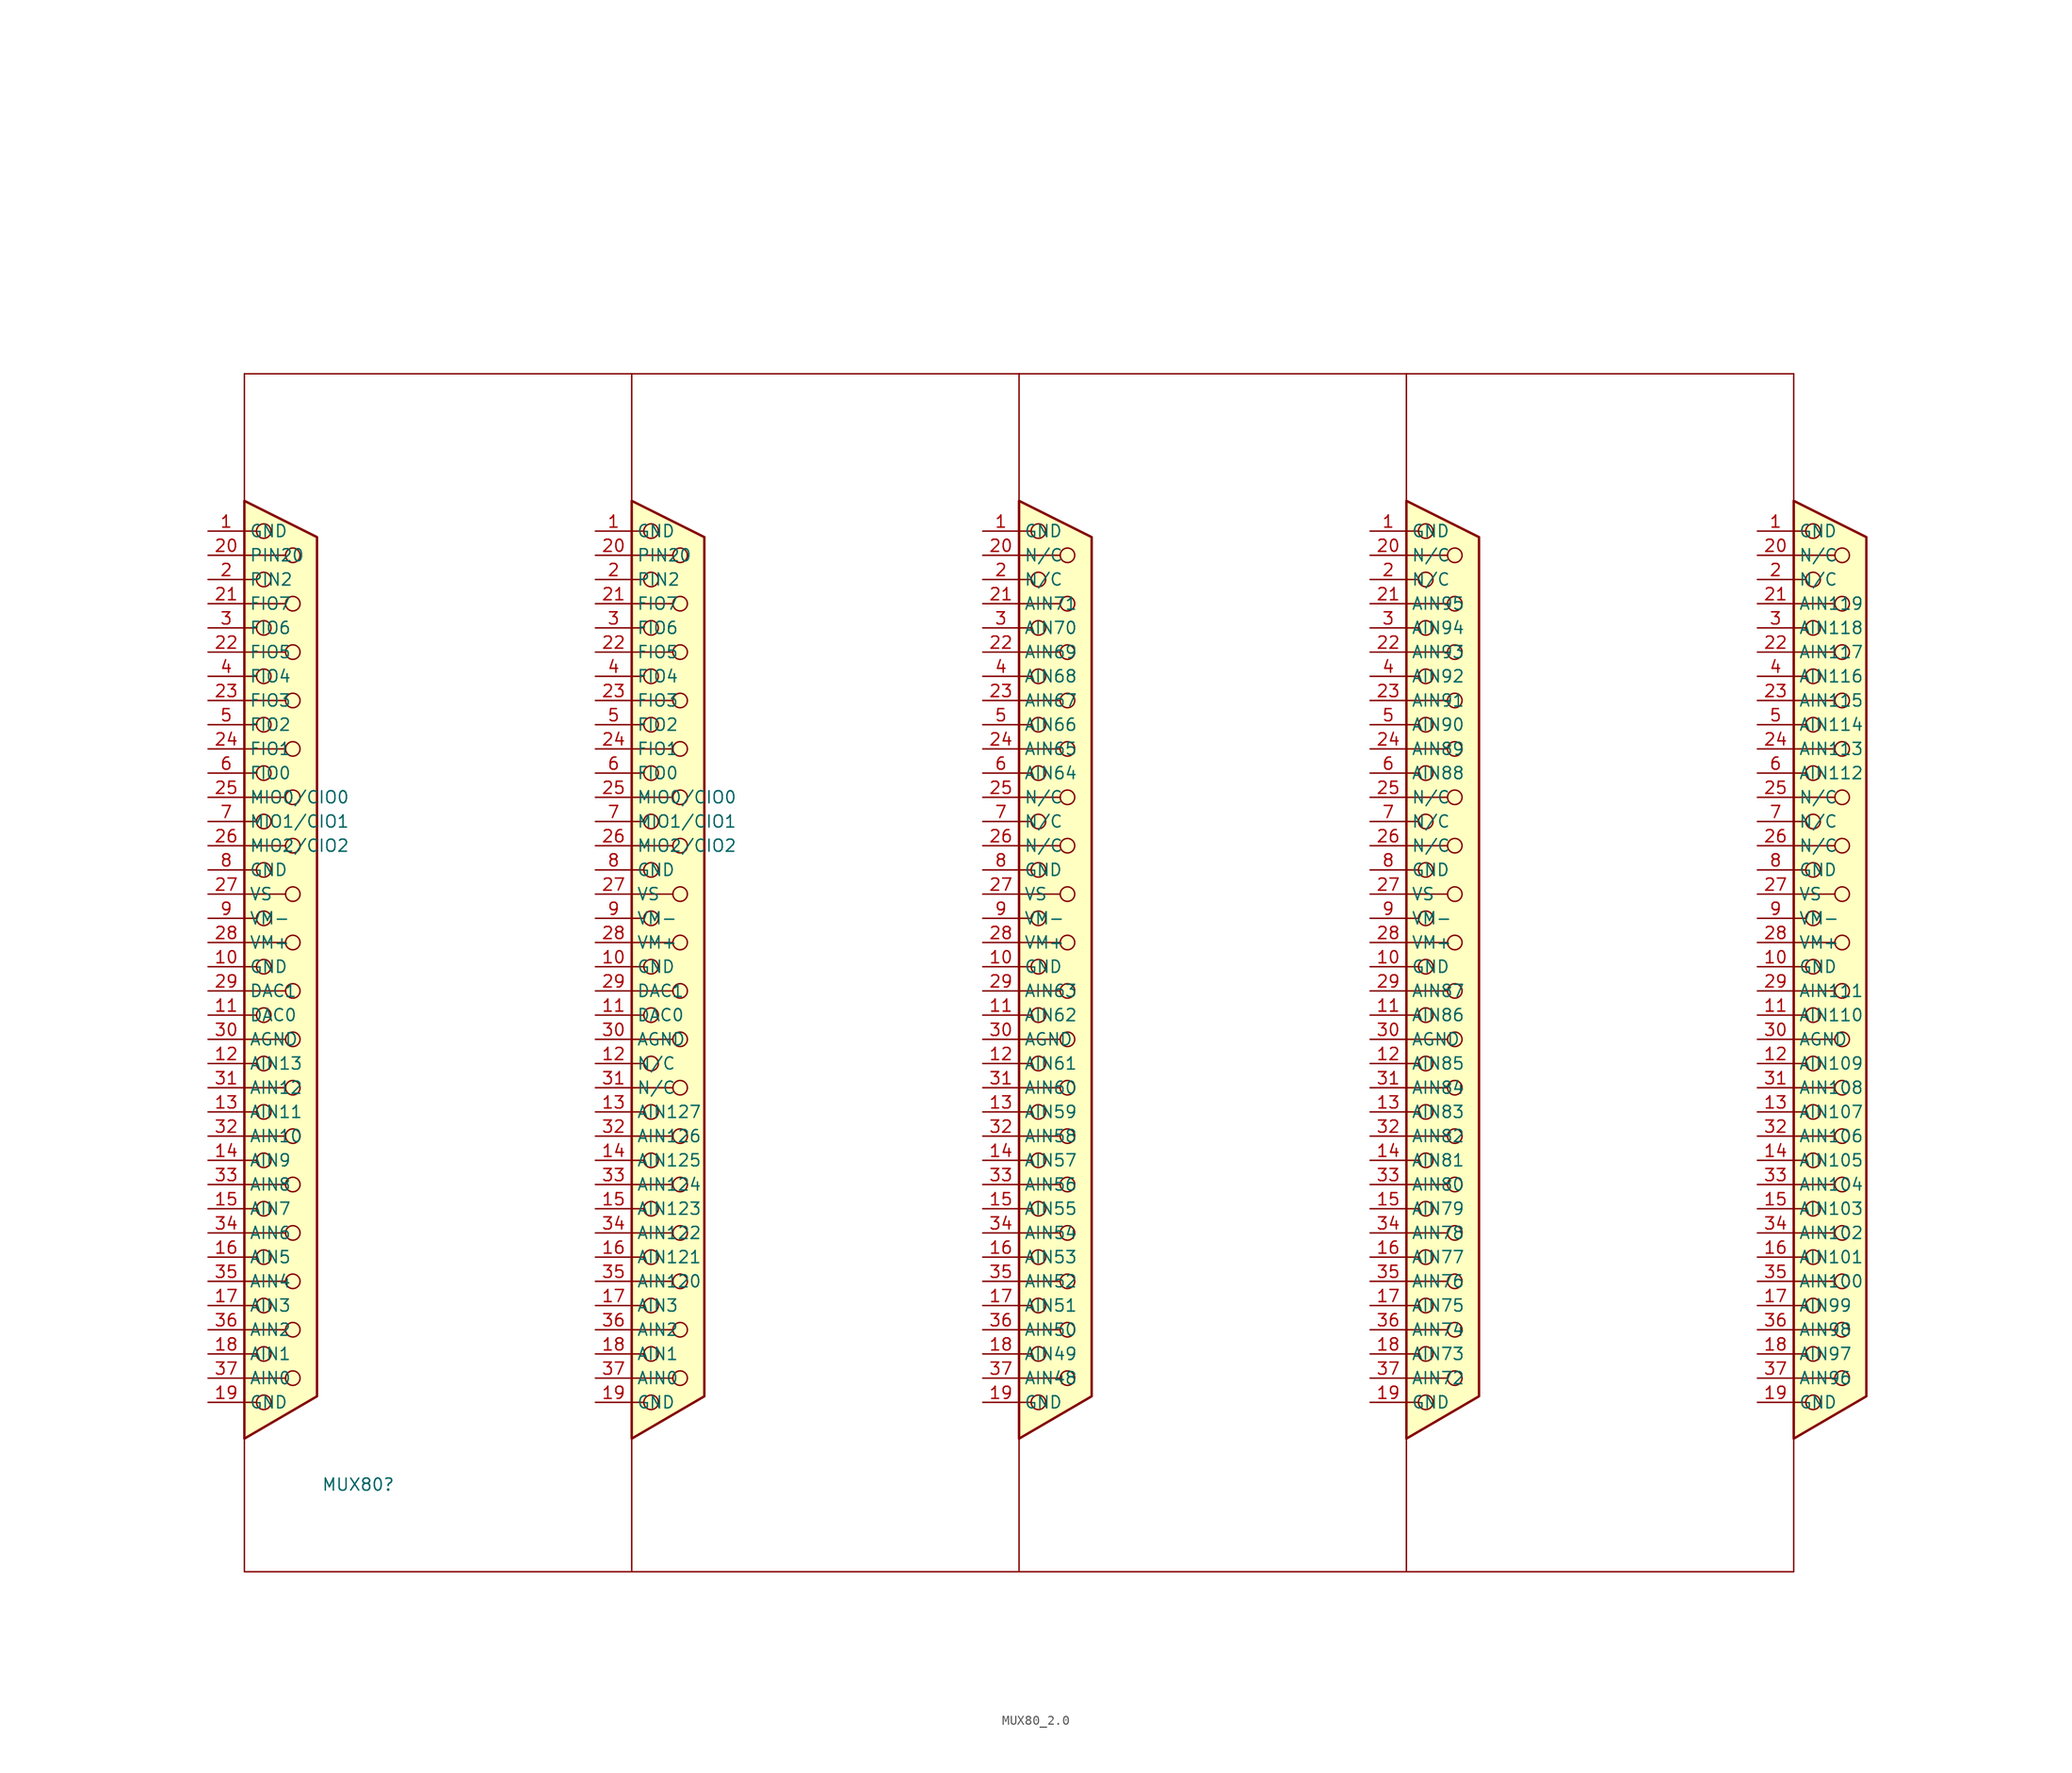
<source format=kicad_sym>
(kicad_symbol_lib
  (version 20241209)
  (generator "kicad_symbol_editor")
  (generator_version "9.0")
  (symbol "MUX80_2.0"
    (property "Reference" "MUX80"
      (at -73.152 -136.906 0)
      (effects (font (size 1.27 1.27))))
    (property "Value" ""
      (at 0 0 0)
      (effects (font (size 1.27 1.27))))
    (symbol "MUX80_2.0_0_1"
      (polyline (pts (xy -85.09 -36.83) (xy -83.82 -36.83)) (stroke (width 0) (type default)) (fill (type none)))
      (polyline (pts (xy -85.09 -39.37) (xy -80.772 -39.37)) (stroke (width 0) (type default)) (fill (type none)))
      (polyline (pts (xy -85.09 -41.91) (xy -83.82 -41.91)) (stroke (width 0) (type default)) (fill (type none)))
      (polyline (pts (xy -85.09 -44.45) (xy -80.772 -44.45)) (stroke (width 0) (type default)) (fill (type none)))
      (polyline (pts (xy -85.09 -46.99) (xy -83.82 -46.99)) (stroke (width 0) (type default)) (fill (type none)))
      (polyline (pts (xy -85.09 -49.53) (xy -80.772 -49.53)) (stroke (width 0) (type default)) (fill (type none)))
      (polyline (pts (xy -85.09 -52.07) (xy -83.82 -52.07)) (stroke (width 0) (type default)) (fill (type none)))
      (polyline (pts (xy -85.09 -54.61) (xy -80.772 -54.61)) (stroke (width 0) (type default)) (fill (type none)))
      (polyline (pts (xy -85.09 -57.15) (xy -83.82 -57.15)) (stroke (width 0) (type default)) (fill (type none)))
      (polyline (pts (xy -85.09 -59.69) (xy -80.772 -59.69)) (stroke (width 0) (type default)) (fill (type none)))
      (polyline (pts (xy -85.09 -62.23) (xy -83.82 -62.23)) (stroke (width 0) (type default)) (fill (type none)))
      (polyline (pts (xy -85.09 -64.77) (xy -80.772 -64.77)) (stroke (width 0) (type default)) (fill (type none)))
      (polyline (pts (xy -85.09 -67.31) (xy -83.82 -67.31)) (stroke (width 0) (type default)) (fill (type none)))
      (polyline (pts (xy -85.09 -69.85) (xy -80.772 -69.85)) (stroke (width 0) (type default)) (fill (type none)))
      (polyline (pts (xy -85.09 -72.39) (xy -83.82 -72.39)) (stroke (width 0) (type default)) (fill (type none)))
      (polyline (pts (xy -85.09 -74.93) (xy -80.772 -74.93)) (stroke (width 0) (type default)) (fill (type none)))
      (polyline (pts (xy -85.09 -77.47) (xy -83.82 -77.47)) (stroke (width 0) (type default)) (fill (type none)))
      (polyline (pts (xy -85.09 -80.01) (xy -80.772 -80.01)) (stroke (width 0) (type default)) (fill (type none)))
      (polyline (pts (xy -85.09 -82.55) (xy -83.82 -82.55)) (stroke (width 0) (type default)) (fill (type none)))
      (polyline (pts (xy -85.09 -85.09) (xy -80.772 -85.09)) (stroke (width 0) (type default)) (fill (type none)))
      (polyline (pts (xy -85.09 -87.63) (xy -83.82 -87.63)) (stroke (width 0) (type default)) (fill (type none)))
      (polyline (pts (xy -85.09 -90.17) (xy -80.772 -90.17)) (stroke (width 0) (type default)) (fill (type none)))
      (polyline (pts (xy -85.09 -92.71) (xy -83.82 -92.71)) (stroke (width 0) (type default)) (fill (type none)))
      (polyline (pts (xy -85.09 -95.25) (xy -80.772 -95.25)) (stroke (width 0) (type default)) (fill (type none)))
      (polyline (pts (xy -85.09 -97.79) (xy -83.82 -97.79)) (stroke (width 0) (type default)) (fill (type none)))
      (polyline (pts (xy -85.09 -100.33) (xy -80.772 -100.33)) (stroke (width 0) (type default)) (fill (type none)))
      (polyline (pts (xy -85.09 -102.87) (xy -83.82 -102.87)) (stroke (width 0) (type default)) (fill (type none)))
      (polyline (pts (xy -85.09 -105.41) (xy -80.772 -105.41)) (stroke (width 0) (type default)) (fill (type none)))
      (polyline (pts (xy -85.09 -107.95) (xy -83.82 -107.95)) (stroke (width 0) (type default)) (fill (type none)))
      (polyline (pts (xy -85.09 -110.49) (xy -80.772 -110.49)) (stroke (width 0) (type default)) (fill (type none)))
      (polyline (pts (xy -85.09 -113.03) (xy -83.82 -113.03)) (stroke (width 0) (type default)) (fill (type none)))
      (polyline (pts (xy -85.09 -115.57) (xy -80.772 -115.57)) (stroke (width 0) (type default)) (fill (type none)))
      (polyline (pts (xy -85.09 -118.11) (xy -83.82 -118.11)) (stroke (width 0) (type default)) (fill (type none)))
      (polyline (pts (xy -85.09 -120.65) (xy -80.772 -120.65)) (stroke (width 0) (type default)) (fill (type none)))
      (polyline (pts (xy -85.09 -123.19) (xy -83.82 -123.19)) (stroke (width 0) (type default)) (fill (type none)))
      (polyline (pts (xy -85.09 -125.73) (xy -80.772 -125.73)) (stroke (width 0) (type default)) (fill (type none)))
      (polyline (pts (xy -85.09 -128.27) (xy -83.82 -128.27)) (stroke (width 0) (type default)) (fill (type none)))
      (polyline (pts (xy -85.09 -132.08) (xy -77.47 -127.635) (xy -77.47 -37.465) (xy -85.09 -33.655) (xy -85.09 -132.08)) (stroke (width 0.254) (type default)) (fill (type background)))
      (circle (center -83.058 -36.83) (radius 0.762) (stroke (width 0) (type default)) (fill (type none)))
      (circle (center -83.058 -41.91) (radius 0.762) (stroke (width 0) (type default)) (fill (type none)))
      (circle (center -83.058 -46.99) (radius 0.762) (stroke (width 0) (type default)) (fill (type none)))
      (circle (center -83.058 -52.07) (radius 0.762) (stroke (width 0) (type default)) (fill (type none)))
      (circle (center -83.058 -57.15) (radius 0.762) (stroke (width 0) (type default)) (fill (type none)))
      (circle (center -83.058 -62.23) (radius 0.762) (stroke (width 0) (type default)) (fill (type none)))
      (circle (center -83.058 -67.31) (radius 0.762) (stroke (width 0) (type default)) (fill (type none)))
      (circle (center -83.058 -72.39) (radius 0.762) (stroke (width 0) (type default)) (fill (type none)))
      (circle (center -83.058 -77.47) (radius 0.762) (stroke (width 0) (type default)) (fill (type none)))
      (circle (center -83.058 -82.55) (radius 0.762) (stroke (width 0) (type default)) (fill (type none)))
      (circle (center -83.058 -87.63) (radius 0.762) (stroke (width 0) (type default)) (fill (type none)))
      (circle (center -83.058 -92.71) (radius 0.762) (stroke (width 0) (type default)) (fill (type none)))
      (circle (center -83.058 -97.79) (radius 0.762) (stroke (width 0) (type default)) (fill (type none)))
      (circle (center -83.058 -102.87) (radius 0.762) (stroke (width 0) (type default)) (fill (type none)))
      (circle (center -83.058 -107.95) (radius 0.762) (stroke (width 0) (type default)) (fill (type none)))
      (circle (center -83.058 -113.03) (radius 0.762) (stroke (width 0) (type default)) (fill (type none)))
      (circle (center -83.058 -118.11) (radius 0.762) (stroke (width 0) (type default)) (fill (type none)))
      (circle (center -83.058 -123.19) (radius 0.762) (stroke (width 0) (type default)) (fill (type none)))
      (circle (center -83.058 -128.27) (radius 0.762) (stroke (width 0) (type default)) (fill (type none)))
      (circle (center -80.01 -39.37) (radius 0.762) (stroke (width 0) (type default)) (fill (type none)))
      (circle (center -80.01 -44.45) (radius 0.762) (stroke (width 0) (type default)) (fill (type none)))
      (circle (center -80.01 -49.53) (radius 0.762) (stroke (width 0) (type default)) (fill (type none)))
      (circle (center -80.01 -54.61) (radius 0.762) (stroke (width 0) (type default)) (fill (type none)))
      (circle (center -80.01 -59.69) (radius 0.762) (stroke (width 0) (type default)) (fill (type none)))
      (circle (center -80.01 -64.77) (radius 0.762) (stroke (width 0) (type default)) (fill (type none)))
      (circle (center -80.01 -69.85) (radius 0.762) (stroke (width 0) (type default)) (fill (type none)))
      (circle (center -80.01 -74.93) (radius 0.762) (stroke (width 0) (type default)) (fill (type none)))
      (circle (center -80.01 -80.01) (radius 0.762) (stroke (width 0) (type default)) (fill (type none)))
      (circle (center -80.01 -85.09) (radius 0.762) (stroke (width 0) (type default)) (fill (type none)))
      (circle (center -80.01 -90.17) (radius 0.762) (stroke (width 0) (type default)) (fill (type none)))
      (circle (center -80.01 -95.25) (radius 0.762) (stroke (width 0) (type default)) (fill (type none)))
      (circle (center -80.01 -100.33) (radius 0.762) (stroke (width 0) (type default)) (fill (type none)))
      (circle (center -80.01 -105.41) (radius 0.762) (stroke (width 0) (type default)) (fill (type none)))
      (circle (center -80.01 -110.49) (radius 0.762) (stroke (width 0) (type default)) (fill (type none)))
      (circle (center -80.01 -115.57) (radius 0.762) (stroke (width 0) (type default)) (fill (type none)))
      (circle (center -80.01 -120.65) (radius 0.762) (stroke (width 0) (type default)) (fill (type none)))
      (circle (center -80.01 -125.73) (radius 0.762) (stroke (width 0) (type default)) (fill (type none)))
      (polyline (pts (xy -44.45 -20.32) (xy -44.45 -146.05)) (stroke (width 0) (type default)) (fill (type none)))
      (polyline (pts (xy -44.45 -36.83) (xy -43.18 -36.83)) (stroke (width 0) (type default)) (fill (type none)))
      (polyline (pts (xy -44.45 -39.37) (xy -40.132 -39.37)) (stroke (width 0) (type default)) (fill (type none)))
      (polyline (pts (xy -44.45 -41.91) (xy -43.18 -41.91)) (stroke (width 0) (type default)) (fill (type none)))
      (polyline (pts (xy -44.45 -44.45) (xy -40.132 -44.45)) (stroke (width 0) (type default)) (fill (type none)))
      (polyline (pts (xy -44.45 -46.99) (xy -43.18 -46.99)) (stroke (width 0) (type default)) (fill (type none)))
      (polyline (pts (xy -44.45 -49.53) (xy -40.132 -49.53)) (stroke (width 0) (type default)) (fill (type none)))
      (polyline (pts (xy -44.45 -52.07) (xy -43.18 -52.07)) (stroke (width 0) (type default)) (fill (type none)))
      (polyline (pts (xy -44.45 -54.61) (xy -40.132 -54.61)) (stroke (width 0) (type default)) (fill (type none)))
      (polyline (pts (xy -44.45 -57.15) (xy -43.18 -57.15)) (stroke (width 0) (type default)) (fill (type none)))
      (polyline (pts (xy -44.45 -59.69) (xy -40.132 -59.69)) (stroke (width 0) (type default)) (fill (type none)))
      (polyline (pts (xy -44.45 -62.23) (xy -43.18 -62.23)) (stroke (width 0) (type default)) (fill (type none)))
      (polyline (pts (xy -44.45 -64.77) (xy -40.132 -64.77)) (stroke (width 0) (type default)) (fill (type none)))
      (polyline (pts (xy -44.45 -67.31) (xy -43.18 -67.31)) (stroke (width 0) (type default)) (fill (type none)))
      (polyline (pts (xy -44.45 -69.85) (xy -40.132 -69.85)) (stroke (width 0) (type default)) (fill (type none)))
      (polyline (pts (xy -44.45 -72.39) (xy -43.18 -72.39)) (stroke (width 0) (type default)) (fill (type none)))
      (polyline (pts (xy -44.45 -74.93) (xy -40.132 -74.93)) (stroke (width 0) (type default)) (fill (type none)))
      (polyline (pts (xy -44.45 -77.47) (xy -43.18 -77.47)) (stroke (width 0) (type default)) (fill (type none)))
      (polyline (pts (xy -44.45 -80.01) (xy -40.132 -80.01)) (stroke (width 0) (type default)) (fill (type none)))
      (polyline (pts (xy -44.45 -82.55) (xy -43.18 -82.55)) (stroke (width 0) (type default)) (fill (type none)))
      (polyline (pts (xy -44.45 -85.09) (xy -40.132 -85.09)) (stroke (width 0) (type default)) (fill (type none)))
      (polyline (pts (xy -44.45 -87.63) (xy -43.18 -87.63)) (stroke (width 0) (type default)) (fill (type none)))
      (polyline (pts (xy -44.45 -90.17) (xy -40.132 -90.17)) (stroke (width 0) (type default)) (fill (type none)))
      (polyline (pts (xy -44.45 -92.71) (xy -43.18 -92.71)) (stroke (width 0) (type default)) (fill (type none)))
      (polyline (pts (xy -44.45 -95.25) (xy -40.132 -95.25)) (stroke (width 0) (type default)) (fill (type none)))
      (polyline (pts (xy -44.45 -97.79) (xy -43.18 -97.79)) (stroke (width 0) (type default)) (fill (type none)))
      (polyline (pts (xy -44.45 -100.33) (xy -40.132 -100.33)) (stroke (width 0) (type default)) (fill (type none)))
      (polyline (pts (xy -44.45 -102.87) (xy -43.18 -102.87)) (stroke (width 0) (type default)) (fill (type none)))
      (polyline (pts (xy -44.45 -105.41) (xy -40.132 -105.41)) (stroke (width 0) (type default)) (fill (type none)))
      (polyline (pts (xy -44.45 -107.95) (xy -43.18 -107.95)) (stroke (width 0) (type default)) (fill (type none)))
      (polyline (pts (xy -44.45 -110.49) (xy -40.132 -110.49)) (stroke (width 0) (type default)) (fill (type none)))
      (polyline (pts (xy -44.45 -113.03) (xy -43.18 -113.03)) (stroke (width 0) (type default)) (fill (type none)))
      (polyline (pts (xy -44.45 -115.57) (xy -40.132 -115.57)) (stroke (width 0) (type default)) (fill (type none)))
      (polyline (pts (xy -44.45 -118.11) (xy -43.18 -118.11)) (stroke (width 0) (type default)) (fill (type none)))
      (polyline (pts (xy -44.45 -120.65) (xy -40.132 -120.65)) (stroke (width 0) (type default)) (fill (type none)))
      (polyline (pts (xy -44.45 -123.19) (xy -43.18 -123.19)) (stroke (width 0) (type default)) (fill (type none)))
      (polyline (pts (xy -44.45 -125.73) (xy -40.132 -125.73)) (stroke (width 0) (type default)) (fill (type none)))
      (polyline (pts (xy -44.45 -128.27) (xy -43.18 -128.27)) (stroke (width 0) (type default)) (fill (type none)))
      (polyline (pts (xy -44.45 -132.08) (xy -36.83 -127.635) (xy -36.83 -37.465) (xy -44.45 -33.655) (xy -44.45 -132.08)) (stroke (width 0.254) (type default)) (fill (type background)))
      (circle (center -42.418 -36.83) (radius 0.762) (stroke (width 0) (type default)) (fill (type none)))
      (circle (center -42.418 -41.91) (radius 0.762) (stroke (width 0) (type default)) (fill (type none)))
      (circle (center -42.418 -46.99) (radius 0.762) (stroke (width 0) (type default)) (fill (type none)))
      (circle (center -42.418 -52.07) (radius 0.762) (stroke (width 0) (type default)) (fill (type none)))
      (circle (center -42.418 -57.15) (radius 0.762) (stroke (width 0) (type default)) (fill (type none)))
      (circle (center -42.418 -62.23) (radius 0.762) (stroke (width 0) (type default)) (fill (type none)))
      (circle (center -42.418 -67.31) (radius 0.762) (stroke (width 0) (type default)) (fill (type none)))
      (circle (center -42.418 -72.39) (radius 0.762) (stroke (width 0) (type default)) (fill (type none)))
      (circle (center -42.418 -77.47) (radius 0.762) (stroke (width 0) (type default)) (fill (type none)))
      (circle (center -42.418 -82.55) (radius 0.762) (stroke (width 0) (type default)) (fill (type none)))
      (circle (center -42.418 -87.63) (radius 0.762) (stroke (width 0) (type default)) (fill (type none)))
      (circle (center -42.418 -92.71) (radius 0.762) (stroke (width 0) (type default)) (fill (type none)))
      (circle (center -42.418 -97.79) (radius 0.762) (stroke (width 0) (type default)) (fill (type none)))
      (circle (center -42.418 -102.87) (radius 0.762) (stroke (width 0) (type default)) (fill (type none)))
      (circle (center -42.418 -107.95) (radius 0.762) (stroke (width 0) (type default)) (fill (type none)))
      (circle (center -42.418 -113.03) (radius 0.762) (stroke (width 0) (type default)) (fill (type none)))
      (circle (center -42.418 -118.11) (radius 0.762) (stroke (width 0) (type default)) (fill (type none)))
      (circle (center -42.418 -123.19) (radius 0.762) (stroke (width 0) (type default)) (fill (type none)))
      (circle (center -42.418 -128.27) (radius 0.762) (stroke (width 0) (type default)) (fill (type none)))
      (circle (center -39.37 -39.37) (radius 0.762) (stroke (width 0) (type default)) (fill (type none)))
      (circle (center -39.37 -44.45) (radius 0.762) (stroke (width 0) (type default)) (fill (type none)))
      (circle (center -39.37 -49.53) (radius 0.762) (stroke (width 0) (type default)) (fill (type none)))
      (circle (center -39.37 -54.61) (radius 0.762) (stroke (width 0) (type default)) (fill (type none)))
      (circle (center -39.37 -59.69) (radius 0.762) (stroke (width 0) (type default)) (fill (type none)))
      (circle (center -39.37 -64.77) (radius 0.762) (stroke (width 0) (type default)) (fill (type none)))
      (circle (center -39.37 -69.85) (radius 0.762) (stroke (width 0) (type default)) (fill (type none)))
      (circle (center -39.37 -74.93) (radius 0.762) (stroke (width 0) (type default)) (fill (type none)))
      (circle (center -39.37 -80.01) (radius 0.762) (stroke (width 0) (type default)) (fill (type none)))
      (circle (center -39.37 -85.09) (radius 0.762) (stroke (width 0) (type default)) (fill (type none)))
      (circle (center -39.37 -90.17) (radius 0.762) (stroke (width 0) (type default)) (fill (type none)))
      (circle (center -39.37 -95.25) (radius 0.762) (stroke (width 0) (type default)) (fill (type none)))
      (circle (center -39.37 -100.33) (radius 0.762) (stroke (width 0) (type default)) (fill (type none)))
      (circle (center -39.37 -105.41) (radius 0.762) (stroke (width 0) (type default)) (fill (type none)))
      (circle (center -39.37 -110.49) (radius 0.762) (stroke (width 0) (type default)) (fill (type none)))
      (circle (center -39.37 -115.57) (radius 0.762) (stroke (width 0) (type default)) (fill (type none)))
      (circle (center -39.37 -120.65) (radius 0.762) (stroke (width 0) (type default)) (fill (type none)))
      (circle (center -39.37 -125.73) (radius 0.762) (stroke (width 0) (type default)) (fill (type none)))
      (polyline (pts (xy -3.81 -20.32) (xy -3.81 -20.32)) (stroke (width 0) (type default)) (fill (type none)))
      (polyline (pts (xy -3.81 -20.32) (xy -3.81 -146.05)) (stroke (width 0) (type default)) (fill (type none)))
      (polyline (pts (xy -3.81 -36.83) (xy -2.54 -36.83)) (stroke (width 0) (type default)) (fill (type none)))
      (polyline (pts (xy -3.81 -39.37) (xy 0.508 -39.37)) (stroke (width 0) (type default)) (fill (type none)))
      (polyline (pts (xy -3.81 -41.91) (xy -2.54 -41.91)) (stroke (width 0) (type default)) (fill (type none)))
      (polyline (pts (xy -3.81 -44.45) (xy 0.508 -44.45)) (stroke (width 0) (type default)) (fill (type none)))
      (polyline (pts (xy -3.81 -46.99) (xy -2.54 -46.99)) (stroke (width 0) (type default)) (fill (type none)))
      (polyline (pts (xy -3.81 -49.53) (xy 0.508 -49.53)) (stroke (width 0) (type default)) (fill (type none)))
      (polyline (pts (xy -3.81 -52.07) (xy -2.54 -52.07)) (stroke (width 0) (type default)) (fill (type none)))
      (polyline (pts (xy -3.81 -54.61) (xy 0.508 -54.61)) (stroke (width 0) (type default)) (fill (type none)))
      (polyline (pts (xy -3.81 -57.15) (xy -2.54 -57.15)) (stroke (width 0) (type default)) (fill (type none)))
      (polyline (pts (xy -3.81 -59.69) (xy 0.508 -59.69)) (stroke (width 0) (type default)) (fill (type none)))
      (polyline (pts (xy -3.81 -62.23) (xy -2.54 -62.23)) (stroke (width 0) (type default)) (fill (type none)))
      (polyline (pts (xy -3.81 -64.77) (xy 0.508 -64.77)) (stroke (width 0) (type default)) (fill (type none)))
      (polyline (pts (xy -3.81 -67.31) (xy -2.54 -67.31)) (stroke (width 0) (type default)) (fill (type none)))
      (polyline (pts (xy -3.81 -69.85) (xy 0.508 -69.85)) (stroke (width 0) (type default)) (fill (type none)))
      (polyline (pts (xy -3.81 -72.39) (xy -2.54 -72.39)) (stroke (width 0) (type default)) (fill (type none)))
      (polyline (pts (xy -3.81 -74.93) (xy 0.508 -74.93)) (stroke (width 0) (type default)) (fill (type none)))
      (polyline (pts (xy -3.81 -77.47) (xy -2.54 -77.47)) (stroke (width 0) (type default)) (fill (type none)))
      (polyline (pts (xy -3.81 -80.01) (xy 0.508 -80.01)) (stroke (width 0) (type default)) (fill (type none)))
      (polyline (pts (xy -3.81 -82.55) (xy -2.54 -82.55)) (stroke (width 0) (type default)) (fill (type none)))
      (polyline (pts (xy -3.81 -85.09) (xy 0.508 -85.09)) (stroke (width 0) (type default)) (fill (type none)))
      (polyline (pts (xy -3.81 -87.63) (xy -2.54 -87.63)) (stroke (width 0) (type default)) (fill (type none)))
      (polyline (pts (xy -3.81 -90.17) (xy 0.508 -90.17)) (stroke (width 0) (type default)) (fill (type none)))
      (polyline (pts (xy -3.81 -92.71) (xy -2.54 -92.71)) (stroke (width 0) (type default)) (fill (type none)))
      (polyline (pts (xy -3.81 -95.25) (xy 0.508 -95.25)) (stroke (width 0) (type default)) (fill (type none)))
      (polyline (pts (xy -3.81 -97.79) (xy -2.54 -97.79)) (stroke (width 0) (type default)) (fill (type none)))
      (polyline (pts (xy -3.81 -100.33) (xy 0.508 -100.33)) (stroke (width 0) (type default)) (fill (type none)))
      (polyline (pts (xy -3.81 -102.87) (xy -2.54 -102.87)) (stroke (width 0) (type default)) (fill (type none)))
      (polyline (pts (xy -3.81 -105.41) (xy 0.508 -105.41)) (stroke (width 0) (type default)) (fill (type none)))
      (polyline (pts (xy -3.81 -107.95) (xy -2.54 -107.95)) (stroke (width 0) (type default)) (fill (type none)))
      (polyline (pts (xy -3.81 -110.49) (xy 0.508 -110.49)) (stroke (width 0) (type default)) (fill (type none)))
      (polyline (pts (xy -3.81 -113.03) (xy -2.54 -113.03)) (stroke (width 0) (type default)) (fill (type none)))
      (polyline (pts (xy -3.81 -115.57) (xy 0.508 -115.57)) (stroke (width 0) (type default)) (fill (type none)))
      (polyline (pts (xy -3.81 -118.11) (xy -2.54 -118.11)) (stroke (width 0) (type default)) (fill (type none)))
      (polyline (pts (xy -3.81 -120.65) (xy 0.508 -120.65)) (stroke (width 0) (type default)) (fill (type none)))
      (polyline (pts (xy -3.81 -123.19) (xy -2.54 -123.19)) (stroke (width 0) (type default)) (fill (type none)))
      (polyline (pts (xy -3.81 -125.73) (xy 0.508 -125.73)) (stroke (width 0) (type default)) (fill (type none)))
      (polyline (pts (xy -3.81 -128.27) (xy -2.54 -128.27)) (stroke (width 0) (type default)) (fill (type none)))
      (polyline (pts (xy -3.81 -132.08) (xy 3.81 -127.635) (xy 3.81 -37.465) (xy -3.81 -33.655) (xy -3.81 -132.08)) (stroke (width 0.254) (type default)) (fill (type background)))
      (circle (center -1.778 -36.83) (radius 0.762) (stroke (width 0) (type default)) (fill (type none)))
      (circle (center -1.778 -41.91) (radius 0.762) (stroke (width 0) (type default)) (fill (type none)))
      (circle (center -1.778 -46.99) (radius 0.762) (stroke (width 0) (type default)) (fill (type none)))
      (circle (center -1.778 -52.07) (radius 0.762) (stroke (width 0) (type default)) (fill (type none)))
      (circle (center -1.778 -57.15) (radius 0.762) (stroke (width 0) (type default)) (fill (type none)))
      (circle (center -1.778 -62.23) (radius 0.762) (stroke (width 0) (type default)) (fill (type none)))
      (circle (center -1.778 -67.31) (radius 0.762) (stroke (width 0) (type default)) (fill (type none)))
      (circle (center -1.778 -72.39) (radius 0.762) (stroke (width 0) (type default)) (fill (type none)))
      (circle (center -1.778 -77.47) (radius 0.762) (stroke (width 0) (type default)) (fill (type none)))
      (circle (center -1.778 -82.55) (radius 0.762) (stroke (width 0) (type default)) (fill (type none)))
      (circle (center -1.778 -87.63) (radius 0.762) (stroke (width 0) (type default)) (fill (type none)))
      (circle (center -1.778 -92.71) (radius 0.762) (stroke (width 0) (type default)) (fill (type none)))
      (circle (center -1.778 -97.79) (radius 0.762) (stroke (width 0) (type default)) (fill (type none)))
      (circle (center -1.778 -102.87) (radius 0.762) (stroke (width 0) (type default)) (fill (type none)))
      (circle (center -1.778 -107.95) (radius 0.762) (stroke (width 0) (type default)) (fill (type none)))
      (circle (center -1.778 -113.03) (radius 0.762) (stroke (width 0) (type default)) (fill (type none)))
      (circle (center -1.778 -118.11) (radius 0.762) (stroke (width 0) (type default)) (fill (type none)))
      (circle (center -1.778 -123.19) (radius 0.762) (stroke (width 0) (type default)) (fill (type none)))
      (circle (center -1.778 -128.27) (radius 0.762) (stroke (width 0) (type default)) (fill (type none)))
      (circle (center 1.27 -39.37) (radius 0.762) (stroke (width 0) (type default)) (fill (type none)))
      (circle (center 1.27 -44.45) (radius 0.762) (stroke (width 0) (type default)) (fill (type none)))
      (circle (center 1.27 -49.53) (radius 0.762) (stroke (width 0) (type default)) (fill (type none)))
      (circle (center 1.27 -54.61) (radius 0.762) (stroke (width 0) (type default)) (fill (type none)))
      (circle (center 1.27 -59.69) (radius 0.762) (stroke (width 0) (type default)) (fill (type none)))
      (circle (center 1.27 -64.77) (radius 0.762) (stroke (width 0) (type default)) (fill (type none)))
      (circle (center 1.27 -69.85) (radius 0.762) (stroke (width 0) (type default)) (fill (type none)))
      (circle (center 1.27 -74.93) (radius 0.762) (stroke (width 0) (type default)) (fill (type none)))
      (circle (center 1.27 -80.01) (radius 0.762) (stroke (width 0) (type default)) (fill (type none)))
      (circle (center 1.27 -85.09) (radius 0.762) (stroke (width 0) (type default)) (fill (type none)))
      (circle (center 1.27 -90.17) (radius 0.762) (stroke (width 0) (type default)) (fill (type none)))
      (circle (center 1.27 -95.25) (radius 0.762) (stroke (width 0) (type default)) (fill (type none)))
      (circle (center 1.27 -100.33) (radius 0.762) (stroke (width 0) (type default)) (fill (type none)))
      (circle (center 1.27 -105.41) (radius 0.762) (stroke (width 0) (type default)) (fill (type none)))
      (circle (center 1.27 -110.49) (radius 0.762) (stroke (width 0) (type default)) (fill (type none)))
      (circle (center 1.27 -115.57) (radius 0.762) (stroke (width 0) (type default)) (fill (type none)))
      (circle (center 1.27 -120.65) (radius 0.762) (stroke (width 0) (type default)) (fill (type none)))
      (circle (center 1.27 -125.73) (radius 0.762) (stroke (width 0) (type default)) (fill (type none)))
      (polyline (pts (xy 36.83 -20.32) (xy 36.83 -146.05)) (stroke (width 0) (type default)) (fill (type none)))
      (polyline (pts (xy 36.83 -36.83) (xy 38.1 -36.83)) (stroke (width 0) (type default)) (fill (type none)))
      (polyline (pts (xy 36.83 -39.37) (xy 41.148 -39.37)) (stroke (width 0) (type default)) (fill (type none)))
      (polyline (pts (xy 36.83 -41.91) (xy 38.1 -41.91)) (stroke (width 0) (type default)) (fill (type none)))
      (polyline (pts (xy 36.83 -44.45) (xy 41.148 -44.45)) (stroke (width 0) (type default)) (fill (type none)))
      (polyline (pts (xy 36.83 -46.99) (xy 38.1 -46.99)) (stroke (width 0) (type default)) (fill (type none)))
      (polyline (pts (xy 36.83 -49.53) (xy 41.148 -49.53)) (stroke (width 0) (type default)) (fill (type none)))
      (polyline (pts (xy 36.83 -52.07) (xy 38.1 -52.07)) (stroke (width 0) (type default)) (fill (type none)))
      (polyline (pts (xy 36.83 -54.61) (xy 41.148 -54.61)) (stroke (width 0) (type default)) (fill (type none)))
      (polyline (pts (xy 36.83 -57.15) (xy 38.1 -57.15)) (stroke (width 0) (type default)) (fill (type none)))
      (polyline (pts (xy 36.83 -59.69) (xy 41.148 -59.69)) (stroke (width 0) (type default)) (fill (type none)))
      (polyline (pts (xy 36.83 -62.23) (xy 38.1 -62.23)) (stroke (width 0) (type default)) (fill (type none)))
      (polyline (pts (xy 36.83 -64.77) (xy 41.148 -64.77)) (stroke (width 0) (type default)) (fill (type none)))
      (polyline (pts (xy 36.83 -67.31) (xy 38.1 -67.31)) (stroke (width 0) (type default)) (fill (type none)))
      (polyline (pts (xy 36.83 -69.85) (xy 41.148 -69.85)) (stroke (width 0) (type default)) (fill (type none)))
      (polyline (pts (xy 36.83 -72.39) (xy 38.1 -72.39)) (stroke (width 0) (type default)) (fill (type none)))
      (polyline (pts (xy 36.83 -74.93) (xy 41.148 -74.93)) (stroke (width 0) (type default)) (fill (type none)))
      (polyline (pts (xy 36.83 -77.47) (xy 38.1 -77.47)) (stroke (width 0) (type default)) (fill (type none)))
      (polyline (pts (xy 36.83 -80.01) (xy 41.148 -80.01)) (stroke (width 0) (type default)) (fill (type none)))
      (polyline (pts (xy 36.83 -82.55) (xy 38.1 -82.55)) (stroke (width 0) (type default)) (fill (type none)))
      (polyline (pts (xy 36.83 -85.09) (xy 41.148 -85.09)) (stroke (width 0) (type default)) (fill (type none)))
      (polyline (pts (xy 36.83 -87.63) (xy 38.1 -87.63)) (stroke (width 0) (type default)) (fill (type none)))
      (polyline (pts (xy 36.83 -90.17) (xy 41.148 -90.17)) (stroke (width 0) (type default)) (fill (type none)))
      (polyline (pts (xy 36.83 -92.71) (xy 38.1 -92.71)) (stroke (width 0) (type default)) (fill (type none)))
      (polyline (pts (xy 36.83 -95.25) (xy 41.148 -95.25)) (stroke (width 0) (type default)) (fill (type none)))
      (polyline (pts (xy 36.83 -97.79) (xy 38.1 -97.79)) (stroke (width 0) (type default)) (fill (type none)))
      (polyline (pts (xy 36.83 -100.33) (xy 41.148 -100.33)) (stroke (width 0) (type default)) (fill (type none)))
      (polyline (pts (xy 36.83 -102.87) (xy 38.1 -102.87)) (stroke (width 0) (type default)) (fill (type none)))
      (polyline (pts (xy 36.83 -105.41) (xy 41.148 -105.41)) (stroke (width 0) (type default)) (fill (type none)))
      (polyline (pts (xy 36.83 -107.95) (xy 38.1 -107.95)) (stroke (width 0) (type default)) (fill (type none)))
      (polyline (pts (xy 36.83 -110.49) (xy 41.148 -110.49)) (stroke (width 0) (type default)) (fill (type none)))
      (polyline (pts (xy 36.83 -113.03) (xy 38.1 -113.03)) (stroke (width 0) (type default)) (fill (type none)))
      (polyline (pts (xy 36.83 -115.57) (xy 41.148 -115.57)) (stroke (width 0) (type default)) (fill (type none)))
      (polyline (pts (xy 36.83 -118.11) (xy 38.1 -118.11)) (stroke (width 0) (type default)) (fill (type none)))
      (polyline (pts (xy 36.83 -120.65) (xy 41.148 -120.65)) (stroke (width 0) (type default)) (fill (type none)))
      (polyline (pts (xy 36.83 -123.19) (xy 38.1 -123.19)) (stroke (width 0) (type default)) (fill (type none)))
      (polyline (pts (xy 36.83 -125.73) (xy 41.148 -125.73)) (stroke (width 0) (type default)) (fill (type none)))
      (polyline (pts (xy 36.83 -128.27) (xy 38.1 -128.27)) (stroke (width 0) (type default)) (fill (type none)))
      (polyline (pts (xy 36.83 -132.08) (xy 44.45 -127.635) (xy 44.45 -37.465) (xy 36.83 -33.655) (xy 36.83 -132.08)) (stroke (width 0.254) (type default)) (fill (type background)))
      (circle (center 38.862 -36.83) (radius 0.762) (stroke (width 0) (type default)) (fill (type none)))
      (circle (center 38.862 -41.91) (radius 0.762) (stroke (width 0) (type default)) (fill (type none)))
      (circle (center 38.862 -46.99) (radius 0.762) (stroke (width 0) (type default)) (fill (type none)))
      (circle (center 38.862 -52.07) (radius 0.762) (stroke (width 0) (type default)) (fill (type none)))
      (circle (center 38.862 -57.15) (radius 0.762) (stroke (width 0) (type default)) (fill (type none)))
      (circle (center 38.862 -62.23) (radius 0.762) (stroke (width 0) (type default)) (fill (type none)))
      (circle (center 38.862 -67.31) (radius 0.762) (stroke (width 0) (type default)) (fill (type none)))
      (circle (center 38.862 -72.39) (radius 0.762) (stroke (width 0) (type default)) (fill (type none)))
      (circle (center 38.862 -77.47) (radius 0.762) (stroke (width 0) (type default)) (fill (type none)))
      (circle (center 38.862 -82.55) (radius 0.762) (stroke (width 0) (type default)) (fill (type none)))
      (circle (center 38.862 -87.63) (radius 0.762) (stroke (width 0) (type default)) (fill (type none)))
      (circle (center 38.862 -92.71) (radius 0.762) (stroke (width 0) (type default)) (fill (type none)))
      (circle (center 38.862 -97.79) (radius 0.762) (stroke (width 0) (type default)) (fill (type none)))
      (circle (center 38.862 -102.87) (radius 0.762) (stroke (width 0) (type default)) (fill (type none)))
      (circle (center 38.862 -107.95) (radius 0.762) (stroke (width 0) (type default)) (fill (type none)))
      (circle (center 38.862 -113.03) (radius 0.762) (stroke (width 0) (type default)) (fill (type none)))
      (circle (center 38.862 -118.11) (radius 0.762) (stroke (width 0) (type default)) (fill (type none)))
      (circle (center 38.862 -123.19) (radius 0.762) (stroke (width 0) (type default)) (fill (type none)))
      (circle (center 38.862 -128.27) (radius 0.762) (stroke (width 0) (type default)) (fill (type none)))
      (circle (center 41.91 -39.37) (radius 0.762) (stroke (width 0) (type default)) (fill (type none)))
      (circle (center 41.91 -44.45) (radius 0.762) (stroke (width 0) (type default)) (fill (type none)))
      (circle (center 41.91 -49.53) (radius 0.762) (stroke (width 0) (type default)) (fill (type none)))
      (circle (center 41.91 -54.61) (radius 0.762) (stroke (width 0) (type default)) (fill (type none)))
      (circle (center 41.91 -59.69) (radius 0.762) (stroke (width 0) (type default)) (fill (type none)))
      (circle (center 41.91 -64.77) (radius 0.762) (stroke (width 0) (type default)) (fill (type none)))
      (circle (center 41.91 -69.85) (radius 0.762) (stroke (width 0) (type default)) (fill (type none)))
      (circle (center 41.91 -74.93) (radius 0.762) (stroke (width 0) (type default)) (fill (type none)))
      (circle (center 41.91 -80.01) (radius 0.762) (stroke (width 0) (type default)) (fill (type none)))
      (circle (center 41.91 -85.09) (radius 0.762) (stroke (width 0) (type default)) (fill (type none)))
      (circle (center 41.91 -90.17) (radius 0.762) (stroke (width 0) (type default)) (fill (type none)))
      (circle (center 41.91 -95.25) (radius 0.762) (stroke (width 0) (type default)) (fill (type none)))
      (circle (center 41.91 -100.33) (radius 0.762) (stroke (width 0) (type default)) (fill (type none)))
      (circle (center 41.91 -105.41) (radius 0.762) (stroke (width 0) (type default)) (fill (type none)))
      (circle (center 41.91 -110.49) (radius 0.762) (stroke (width 0) (type default)) (fill (type none)))
      (circle (center 41.91 -115.57) (radius 0.762) (stroke (width 0) (type default)) (fill (type none)))
      (circle (center 41.91 -120.65) (radius 0.762) (stroke (width 0) (type default)) (fill (type none)))
      (circle (center 41.91 -125.73) (radius 0.762) (stroke (width 0) (type default)) (fill (type none)))
      (polyline (pts (xy 77.47 -20.32) (xy 77.47 -146.05)) (stroke (width 0) (type default)) (fill (type none)))
      (polyline (pts (xy 77.47 -36.83) (xy 78.74 -36.83)) (stroke (width 0) (type default)) (fill (type none)))
      (polyline (pts (xy 77.47 -39.37) (xy 81.788 -39.37)) (stroke (width 0) (type default)) (fill (type none)))
      (polyline (pts (xy 77.47 -41.91) (xy 78.74 -41.91)) (stroke (width 0) (type default)) (fill (type none)))
      (polyline (pts (xy 77.47 -44.45) (xy 81.788 -44.45)) (stroke (width 0) (type default)) (fill (type none)))
      (polyline (pts (xy 77.47 -46.99) (xy 78.74 -46.99)) (stroke (width 0) (type default)) (fill (type none)))
      (polyline (pts (xy 77.47 -49.53) (xy 81.788 -49.53)) (stroke (width 0) (type default)) (fill (type none)))
      (polyline (pts (xy 77.47 -52.07) (xy 78.74 -52.07)) (stroke (width 0) (type default)) (fill (type none)))
      (polyline (pts (xy 77.47 -54.61) (xy 81.788 -54.61)) (stroke (width 0) (type default)) (fill (type none)))
      (polyline (pts (xy 77.47 -57.15) (xy 78.74 -57.15)) (stroke (width 0) (type default)) (fill (type none)))
      (polyline (pts (xy 77.47 -59.69) (xy 81.788 -59.69)) (stroke (width 0) (type default)) (fill (type none)))
      (polyline (pts (xy 77.47 -62.23) (xy 78.74 -62.23)) (stroke (width 0) (type default)) (fill (type none)))
      (polyline (pts (xy 77.47 -64.77) (xy 81.788 -64.77)) (stroke (width 0) (type default)) (fill (type none)))
      (polyline (pts (xy 77.47 -67.31) (xy 78.74 -67.31)) (stroke (width 0) (type default)) (fill (type none)))
      (polyline (pts (xy 77.47 -69.85) (xy 81.788 -69.85)) (stroke (width 0) (type default)) (fill (type none)))
      (polyline (pts (xy 77.47 -72.39) (xy 78.74 -72.39)) (stroke (width 0) (type default)) (fill (type none)))
      (polyline (pts (xy 77.47 -74.93) (xy 81.788 -74.93)) (stroke (width 0) (type default)) (fill (type none)))
      (polyline (pts (xy 77.47 -77.47) (xy 78.74 -77.47)) (stroke (width 0) (type default)) (fill (type none)))
      (polyline (pts (xy 77.47 -80.01) (xy 81.788 -80.01)) (stroke (width 0) (type default)) (fill (type none)))
      (polyline (pts (xy 77.47 -82.55) (xy 78.74 -82.55)) (stroke (width 0) (type default)) (fill (type none)))
      (polyline (pts (xy 77.47 -85.09) (xy 81.788 -85.09)) (stroke (width 0) (type default)) (fill (type none)))
      (polyline (pts (xy 77.47 -87.63) (xy 78.74 -87.63)) (stroke (width 0) (type default)) (fill (type none)))
      (polyline (pts (xy 77.47 -90.17) (xy 81.788 -90.17)) (stroke (width 0) (type default)) (fill (type none)))
      (polyline (pts (xy 77.47 -92.71) (xy 78.74 -92.71)) (stroke (width 0) (type default)) (fill (type none)))
      (polyline (pts (xy 77.47 -95.25) (xy 81.788 -95.25)) (stroke (width 0) (type default)) (fill (type none)))
      (polyline (pts (xy 77.47 -97.79) (xy 78.74 -97.79)) (stroke (width 0) (type default)) (fill (type none)))
      (polyline (pts (xy 77.47 -100.33) (xy 81.788 -100.33)) (stroke (width 0) (type default)) (fill (type none)))
      (polyline (pts (xy 77.47 -102.87) (xy 78.74 -102.87)) (stroke (width 0) (type default)) (fill (type none)))
      (polyline (pts (xy 77.47 -105.41) (xy 81.788 -105.41)) (stroke (width 0) (type default)) (fill (type none)))
      (polyline (pts (xy 77.47 -107.95) (xy 78.74 -107.95)) (stroke (width 0) (type default)) (fill (type none)))
      (polyline (pts (xy 77.47 -110.49) (xy 81.788 -110.49)) (stroke (width 0) (type default)) (fill (type none)))
      (polyline (pts (xy 77.47 -113.03) (xy 78.74 -113.03)) (stroke (width 0) (type default)) (fill (type none)))
      (polyline (pts (xy 77.47 -115.57) (xy 81.788 -115.57)) (stroke (width 0) (type default)) (fill (type none)))
      (polyline (pts (xy 77.47 -118.11) (xy 78.74 -118.11)) (stroke (width 0) (type default)) (fill (type none)))
      (polyline (pts (xy 77.47 -120.65) (xy 81.788 -120.65)) (stroke (width 0) (type default)) (fill (type none)))
      (polyline (pts (xy 77.47 -123.19) (xy 78.74 -123.19)) (stroke (width 0) (type default)) (fill (type none)))
      (polyline (pts (xy 77.47 -125.73) (xy 81.788 -125.73)) (stroke (width 0) (type default)) (fill (type none)))
      (polyline (pts (xy 77.47 -128.27) (xy 78.74 -128.27)) (stroke (width 0) (type default)) (fill (type none)))
      (polyline (pts (xy 77.47 -132.08) (xy 85.09 -127.635) (xy 85.09 -37.465) (xy 77.47 -33.655) (xy 77.47 -132.08)) (stroke (width 0.254) (type default)) (fill (type background)))
      (circle (center 79.502 -36.83) (radius 0.762) (stroke (width 0) (type default)) (fill (type none)))
      (circle (center 79.502 -41.91) (radius 0.762) (stroke (width 0) (type default)) (fill (type none)))
      (circle (center 79.502 -46.99) (radius 0.762) (stroke (width 0) (type default)) (fill (type none)))
      (circle (center 79.502 -52.07) (radius 0.762) (stroke (width 0) (type default)) (fill (type none)))
      (circle (center 79.502 -57.15) (radius 0.762) (stroke (width 0) (type default)) (fill (type none)))
      (circle (center 79.502 -62.23) (radius 0.762) (stroke (width 0) (type default)) (fill (type none)))
      (circle (center 79.502 -67.31) (radius 0.762) (stroke (width 0) (type default)) (fill (type none)))
      (circle (center 79.502 -72.39) (radius 0.762) (stroke (width 0) (type default)) (fill (type none)))
      (circle (center 79.502 -77.47) (radius 0.762) (stroke (width 0) (type default)) (fill (type none)))
      (circle (center 79.502 -82.55) (radius 0.762) (stroke (width 0) (type default)) (fill (type none)))
      (circle (center 79.502 -87.63) (radius 0.762) (stroke (width 0) (type default)) (fill (type none)))
      (circle (center 79.502 -92.71) (radius 0.762) (stroke (width 0) (type default)) (fill (type none)))
      (circle (center 79.502 -97.79) (radius 0.762) (stroke (width 0) (type default)) (fill (type none)))
      (circle (center 79.502 -102.87) (radius 0.762) (stroke (width 0) (type default)) (fill (type none)))
      (circle (center 79.502 -107.95) (radius 0.762) (stroke (width 0) (type default)) (fill (type none)))
      (circle (center 79.502 -113.03) (radius 0.762) (stroke (width 0) (type default)) (fill (type none)))
      (circle (center 79.502 -118.11) (radius 0.762) (stroke (width 0) (type default)) (fill (type none)))
      (circle (center 79.502 -123.19) (radius 0.762) (stroke (width 0) (type default)) (fill (type none)))
      (circle (center 79.502 -128.27) (radius 0.762) (stroke (width 0) (type default)) (fill (type none)))
      (circle (center 82.55 -39.37) (radius 0.762) (stroke (width 0) (type default)) (fill (type none)))
      (circle (center 82.55 -44.45) (radius 0.762) (stroke (width 0) (type default)) (fill (type none)))
      (circle (center 82.55 -49.53) (radius 0.762) (stroke (width 0) (type default)) (fill (type none)))
      (circle (center 82.55 -54.61) (radius 0.762) (stroke (width 0) (type default)) (fill (type none)))
      (circle (center 82.55 -59.69) (radius 0.762) (stroke (width 0) (type default)) (fill (type none)))
      (circle (center 82.55 -64.77) (radius 0.762) (stroke (width 0) (type default)) (fill (type none)))
      (circle (center 82.55 -69.85) (radius 0.762) (stroke (width 0) (type default)) (fill (type none)))
      (circle (center 82.55 -74.93) (radius 0.762) (stroke (width 0) (type default)) (fill (type none)))
      (circle (center 82.55 -80.01) (radius 0.762) (stroke (width 0) (type default)) (fill (type none)))
      (circle (center 82.55 -85.09) (radius 0.762) (stroke (width 0) (type default)) (fill (type none)))
      (circle (center 82.55 -90.17) (radius 0.762) (stroke (width 0) (type default)) (fill (type none)))
      (circle (center 82.55 -95.25) (radius 0.762) (stroke (width 0) (type default)) (fill (type none)))
      (circle (center 82.55 -100.33) (radius 0.762) (stroke (width 0) (type default)) (fill (type none)))
      (circle (center 82.55 -105.41) (radius 0.762) (stroke (width 0) (type default)) (fill (type none)))
      (circle (center 82.55 -110.49) (radius 0.762) (stroke (width 0) (type default)) (fill (type none)))
      (circle (center 82.55 -115.57) (radius 0.762) (stroke (width 0) (type default)) (fill (type none)))
      (circle (center 82.55 -120.65) (radius 0.762) (stroke (width 0) (type default)) (fill (type none)))
      (circle (center 82.55 -125.73) (radius 0.762) (stroke (width 0) (type default)) (fill (type none))))
    (symbol "MUX80_2.0_1_1"
      (polyline (pts (xy -85.09 -20.32) (xy -85.09 -146.05)) (stroke (width 0) (type solid)) (fill (type none)))
      (polyline (pts (xy -85.09 -20.32) (xy 77.47 -20.32)) (stroke (width 0) (type default)) (fill (type none)))
      (polyline (pts (xy -85.09 -146.05) (xy 77.47 -146.05)) (stroke (width 0) (type default)) (fill (type none)))
      (pin passive line (at -88.9 -36.83 0) (length 3.81) (name "GND" (effects (font (size 1.27 1.27)))) (number "1" (effects (font (size 1.27 1.27)))))
      (pin passive line (at -88.9 -39.37 0) (length 3.81) (name "PIN20" (effects (font (size 1.27 1.27)))) (number "20" (effects (font (size 1.27 1.27)))))
      (pin passive line (at -88.9 -41.91 0) (length 3.81) (name "PIN2" (effects (font (size 1.27 1.27)))) (number "2" (effects (font (size 1.27 1.27)))))
      (pin passive line (at -88.9 -44.45 0) (length 3.81) (name "FIO7" (effects (font (size 1.27 1.27)))) (number "21" (effects (font (size 1.27 1.27)))))
      (pin passive line (at -88.9 -46.99 0) (length 3.81) (name "FIO6" (effects (font (size 1.27 1.27)))) (number "3" (effects (font (size 1.27 1.27)))))
      (pin passive line (at -88.9 -49.53 0) (length 3.81) (name "FIO5" (effects (font (size 1.27 1.27)))) (number "22" (effects (font (size 1.27 1.27)))))
      (pin passive line (at -88.9 -52.07 0) (length 3.81) (name "FIO4" (effects (font (size 1.27 1.27)))) (number "4" (effects (font (size 1.27 1.27)))))
      (pin passive line (at -88.9 -54.61 0) (length 3.81) (name "FIO3" (effects (font (size 1.27 1.27)))) (number "23" (effects (font (size 1.27 1.27)))))
      (pin passive line (at -88.9 -57.15 0) (length 3.81) (name "FIO2" (effects (font (size 1.27 1.27)))) (number "5" (effects (font (size 1.27 1.27)))))
      (pin passive line (at -88.9 -59.69 0) (length 3.81) (name "FIO1" (effects (font (size 1.27 1.27)))) (number "24" (effects (font (size 1.27 1.27)))))
      (pin passive line (at -88.9 -62.23 0) (length 3.81) (name "FIO0" (effects (font (size 1.27 1.27)))) (number "6" (effects (font (size 1.27 1.27)))))
      (pin passive line (at -88.9 -64.77 0) (length 3.81) (name "MIO0/CIO0" (effects (font (size 1.27 1.27)))) (number "25" (effects (font (size 1.27 1.27)))))
      (pin passive line (at -88.9 -67.31 0) (length 3.81) (name "MIO1/CIO1" (effects (font (size 1.27 1.27)))) (number "7" (effects (font (size 1.27 1.27)))))
      (pin passive line (at -88.9 -69.85 0) (length 3.81) (name "MIO2/CIO2" (effects (font (size 1.27 1.27)))) (number "26" (effects (font (size 1.27 1.27)))))
      (pin passive line (at -88.9 -72.39 0) (length 3.81) (name "GND" (effects (font (size 1.27 1.27)))) (number "8" (effects (font (size 1.27 1.27)))))
      (pin passive line (at -88.9 -74.93 0) (length 3.81) (name "VS" (effects (font (size 1.27 1.27)))) (number "27" (effects (font (size 1.27 1.27)))))
      (pin passive line (at -88.9 -77.47 0) (length 3.81) (name "VM-" (effects (font (size 1.27 1.27)))) (number "9" (effects (font (size 1.27 1.27)))))
      (pin passive line (at -88.9 -80.01 0) (length 3.81) (name "VM+" (effects (font (size 1.27 1.27)))) (number "28" (effects (font (size 1.27 1.27)))))
      (pin passive line (at -88.9 -82.55 0) (length 3.81) (name "GND" (effects (font (size 1.27 1.27)))) (number "10" (effects (font (size 1.27 1.27)))))
      (pin passive line (at -88.9 -85.09 0) (length 3.81) (name "DAC1" (effects (font (size 1.27 1.27)))) (number "29" (effects (font (size 1.27 1.27)))))
      (pin passive line (at -88.9 -87.63 0) (length 3.81) (name "DAC0" (effects (font (size 1.27 1.27)))) (number "11" (effects (font (size 1.27 1.27)))))
      (pin passive line (at -88.9 -90.17 0) (length 3.81) (name "AGND" (effects (font (size 1.27 1.27)))) (number "30" (effects (font (size 1.27 1.27)))))
      (pin passive line (at -88.9 -92.71 0) (length 3.81) (name "AIN13" (effects (font (size 1.27 1.27)))) (number "12" (effects (font (size 1.27 1.27)))))
      (pin passive line (at -88.9 -95.25 0) (length 3.81) (name "AIN12" (effects (font (size 1.27 1.27)))) (number "31" (effects (font (size 1.27 1.27)))))
      (pin passive line (at -88.9 -97.79 0) (length 3.81) (name "AIN11" (effects (font (size 1.27 1.27)))) (number "13" (effects (font (size 1.27 1.27)))))
      (pin passive line (at -88.9 -100.33 0) (length 3.81) (name "AIN10" (effects (font (size 1.27 1.27)))) (number "32" (effects (font (size 1.27 1.27)))))
      (pin passive line (at -88.9 -102.87 0) (length 3.81) (name "AIN9" (effects (font (size 1.27 1.27)))) (number "14" (effects (font (size 1.27 1.27)))))
      (pin passive line (at -88.9 -105.41 0) (length 3.81) (name "AIN8" (effects (font (size 1.27 1.27)))) (number "33" (effects (font (size 1.27 1.27)))))
      (pin passive line (at -88.9 -107.95 0) (length 3.81) (name "AIN7" (effects (font (size 1.27 1.27)))) (number "15" (effects (font (size 1.27 1.27)))))
      (pin passive line (at -88.9 -110.49 0) (length 3.81) (name "AIN6" (effects (font (size 1.27 1.27)))) (number "34" (effects (font (size 1.27 1.27)))))
      (pin passive line (at -88.9 -113.03 0) (length 3.81) (name "AIN5" (effects (font (size 1.27 1.27)))) (number "16" (effects (font (size 1.27 1.27)))))
      (pin passive line (at -88.9 -115.57 0) (length 3.81) (name "AIN4" (effects (font (size 1.27 1.27)))) (number "35" (effects (font (size 1.27 1.27)))))
      (pin passive line (at -88.9 -118.11 0) (length 3.81) (name "AIN3" (effects (font (size 1.27 1.27)))) (number "17" (effects (font (size 1.27 1.27)))))
      (pin passive line (at -88.9 -120.65 0) (length 3.81) (name "AIN2" (effects (font (size 1.27 1.27)))) (number "36" (effects (font (size 1.27 1.27)))))
      (pin passive line (at -88.9 -123.19 0) (length 3.81) (name "AIN1" (effects (font (size 1.27 1.27)))) (number "18" (effects (font (size 1.27 1.27)))))
      (pin passive line (at -88.9 -125.73 0) (length 3.81) (name "AIN0" (effects (font (size 1.27 1.27)))) (number "37" (effects (font (size 1.27 1.27)))))
      (pin passive line (at -88.9 -128.27 0) (length 3.81) (name "GND" (effects (font (size 1.27 1.27)))) (number "19" (effects (font (size 1.27 1.27)))))
      (pin passive line (at -48.26 -36.83 0) (length 3.81) (name "GND" (effects (font (size 1.27 1.27)))) (number "1" (effects (font (size 1.27 1.27)))))
      (pin passive line (at -48.26 -39.37 0) (length 3.81) (name "PIN20" (effects (font (size 1.27 1.27)))) (number "20" (effects (font (size 1.27 1.27)))))
      (pin passive line (at -48.26 -41.91 0) (length 3.81) (name "PIN2" (effects (font (size 1.27 1.27)))) (number "2" (effects (font (size 1.27 1.27)))))
      (pin passive line (at -48.26 -44.45 0) (length 3.81) (name "FIO7" (effects (font (size 1.27 1.27)))) (number "21" (effects (font (size 1.27 1.27)))))
      (pin passive line (at -48.26 -46.99 0) (length 3.81) (name "FIO6" (effects (font (size 1.27 1.27)))) (number "3" (effects (font (size 1.27 1.27)))))
      (pin passive line (at -48.26 -49.53 0) (length 3.81) (name "FIO5" (effects (font (size 1.27 1.27)))) (number "22" (effects (font (size 1.27 1.27)))))
      (pin passive line (at -48.26 -52.07 0) (length 3.81) (name "FIO4" (effects (font (size 1.27 1.27)))) (number "4" (effects (font (size 1.27 1.27)))))
      (pin passive line (at -48.26 -54.61 0) (length 3.81) (name "FIO3" (effects (font (size 1.27 1.27)))) (number "23" (effects (font (size 1.27 1.27)))))
      (pin passive line (at -48.26 -57.15 0) (length 3.81) (name "FIO2" (effects (font (size 1.27 1.27)))) (number "5" (effects (font (size 1.27 1.27)))))
      (pin passive line (at -48.26 -59.69 0) (length 3.81) (name "FIO1" (effects (font (size 1.27 1.27)))) (number "24" (effects (font (size 1.27 1.27)))))
      (pin passive line (at -48.26 -62.23 0) (length 3.81) (name "FIO0" (effects (font (size 1.27 1.27)))) (number "6" (effects (font (size 1.27 1.27)))))
      (pin passive line (at -48.26 -64.77 0) (length 3.81) (name "MIO0/CIO0" (effects (font (size 1.27 1.27)))) (number "25" (effects (font (size 1.27 1.27)))))
      (pin passive line (at -48.26 -67.31 0) (length 3.81) (name "MIO1/CIO1" (effects (font (size 1.27 1.27)))) (number "7" (effects (font (size 1.27 1.27)))))
      (pin passive line (at -48.26 -69.85 0) (length 3.81) (name "MIO2/CIO2" (effects (font (size 1.27 1.27)))) (number "26" (effects (font (size 1.27 1.27)))))
      (pin passive line (at -48.26 -72.39 0) (length 3.81) (name "GND" (effects (font (size 1.27 1.27)))) (number "8" (effects (font (size 1.27 1.27)))))
      (pin passive line (at -48.26 -74.93 0) (length 3.81) (name "VS" (effects (font (size 1.27 1.27)))) (number "27" (effects (font (size 1.27 1.27)))))
      (pin passive line (at -48.26 -77.47 0) (length 3.81) (name "VM-" (effects (font (size 1.27 1.27)))) (number "9" (effects (font (size 1.27 1.27)))))
      (pin passive line (at -48.26 -80.01 0) (length 3.81) (name "VM+" (effects (font (size 1.27 1.27)))) (number "28" (effects (font (size 1.27 1.27)))))
      (pin passive line (at -48.26 -82.55 0) (length 3.81) (name "GND" (effects (font (size 1.27 1.27)))) (number "10" (effects (font (size 1.27 1.27)))))
      (pin passive line (at -48.26 -85.09 0) (length 3.81) (name "DAC1" (effects (font (size 1.27 1.27)))) (number "29" (effects (font (size 1.27 1.27)))))
      (pin passive line (at -48.26 -87.63 0) (length 3.81) (name "DAC0" (effects (font (size 1.27 1.27)))) (number "11" (effects (font (size 1.27 1.27)))))
      (pin passive line (at -48.26 -90.17 0) (length 3.81) (name "AGND" (effects (font (size 1.27 1.27)))) (number "30" (effects (font (size 1.27 1.27)))))
      (pin passive line (at -48.26 -92.71 0) (length 3.81) (name "N/C" (effects (font (size 1.27 1.27)))) (number "12" (effects (font (size 1.27 1.27)))))
      (pin passive line (at -48.26 -95.25 0) (length 3.81) (name "N/C" (effects (font (size 1.27 1.27)))) (number "31" (effects (font (size 1.27 1.27)))))
      (pin passive line (at -48.26 -97.79 0) (length 3.81) (name "AIN127" (effects (font (size 1.27 1.27)))) (number "13" (effects (font (size 1.27 1.27)))))
      (pin passive line (at -48.26 -100.33 0) (length 3.81) (name "AIN126" (effects (font (size 1.27 1.27)))) (number "32" (effects (font (size 1.27 1.27)))))
      (pin passive line (at -48.26 -102.87 0) (length 3.81) (name "AIN125" (effects (font (size 1.27 1.27)))) (number "14" (effects (font (size 1.27 1.27)))))
      (pin passive line (at -48.26 -105.41 0) (length 3.81) (name "AIN124" (effects (font (size 1.27 1.27)))) (number "33" (effects (font (size 1.27 1.27)))))
      (pin passive line (at -48.26 -107.95 0) (length 3.81) (name "AIN123" (effects (font (size 1.27 1.27)))) (number "15" (effects (font (size 1.27 1.27)))))
      (pin passive line (at -48.26 -110.49 0) (length 3.81) (name "AIN122" (effects (font (size 1.27 1.27)))) (number "34" (effects (font (size 1.27 1.27)))))
      (pin passive line (at -48.26 -113.03 0) (length 3.81) (name "AIN121" (effects (font (size 1.27 1.27)))) (number "16" (effects (font (size 1.27 1.27)))))
      (pin passive line (at -48.26 -115.57 0) (length 3.81) (name "AIN120" (effects (font (size 1.27 1.27)))) (number "35" (effects (font (size 1.27 1.27)))))
      (pin passive line (at -48.26 -118.11 0) (length 3.81) (name "AIN3" (effects (font (size 1.27 1.27)))) (number "17" (effects (font (size 1.27 1.27)))))
      (pin passive line (at -48.26 -120.65 0) (length 3.81) (name "AIN2" (effects (font (size 1.27 1.27)))) (number "36" (effects (font (size 1.27 1.27)))))
      (pin passive line (at -48.26 -123.19 0) (length 3.81) (name "AIN1" (effects (font (size 1.27 1.27)))) (number "18" (effects (font (size 1.27 1.27)))))
      (pin passive line (at -48.26 -125.73 0) (length 3.81) (name "AIN0" (effects (font (size 1.27 1.27)))) (number "37" (effects (font (size 1.27 1.27)))))
      (pin passive line (at -48.26 -128.27 0) (length 3.81) (name "GND" (effects (font (size 1.27 1.27)))) (number "19" (effects (font (size 1.27 1.27)))))
      (pin passive line (at -7.62 -36.83 0) (length 3.81) (name "GND" (effects (font (size 1.27 1.27)))) (number "1" (effects (font (size 1.27 1.27)))))
      (pin passive line (at -7.62 -39.37 0) (length 3.81) (name "N/C" (effects (font (size 1.27 1.27)))) (number "20" (effects (font (size 1.27 1.27)))))
      (pin passive line (at -7.62 -41.91 0) (length 3.81) (name "N/C" (effects (font (size 1.27 1.27)))) (number "2" (effects (font (size 1.27 1.27)))))
      (pin passive line (at -7.62 -44.45 0) (length 3.81) (name "AIN71" (effects (font (size 1.27 1.27)))) (number "21" (effects (font (size 1.27 1.27)))))
      (pin passive line (at -7.62 -46.99 0) (length 3.81) (name "AIN70" (effects (font (size 1.27 1.27)))) (number "3" (effects (font (size 1.27 1.27)))))
      (pin passive line (at -7.62 -49.53 0) (length 3.81) (name "AIN69" (effects (font (size 1.27 1.27)))) (number "22" (effects (font (size 1.27 1.27)))))
      (pin passive line (at -7.62 -52.07 0) (length 3.81) (name "AIN68" (effects (font (size 1.27 1.27)))) (number "4" (effects (font (size 1.27 1.27)))))
      (pin passive line (at -7.62 -54.61 0) (length 3.81) (name "AIN67" (effects (font (size 1.27 1.27)))) (number "23" (effects (font (size 1.27 1.27)))))
      (pin passive line (at -7.62 -57.15 0) (length 3.81) (name "AIN66" (effects (font (size 1.27 1.27)))) (number "5" (effects (font (size 1.27 1.27)))))
      (pin passive line (at -7.62 -59.69 0) (length 3.81) (name "AIN65" (effects (font (size 1.27 1.27)))) (number "24" (effects (font (size 1.27 1.27)))))
      (pin passive line (at -7.62 -62.23 0) (length 3.81) (name "AIN64" (effects (font (size 1.27 1.27)))) (number "6" (effects (font (size 1.27 1.27)))))
      (pin passive line (at -7.62 -64.77 0) (length 3.81) (name "N/C" (effects (font (size 1.27 1.27)))) (number "25" (effects (font (size 1.27 1.27)))))
      (pin passive line (at -7.62 -67.31 0) (length 3.81) (name "N/C" (effects (font (size 1.27 1.27)))) (number "7" (effects (font (size 1.27 1.27)))))
      (pin passive line (at -7.62 -69.85 0) (length 3.81) (name "N/C" (effects (font (size 1.27 1.27)))) (number "26" (effects (font (size 1.27 1.27)))))
      (pin passive line (at -7.62 -72.39 0) (length 3.81) (name "GND" (effects (font (size 1.27 1.27)))) (number "8" (effects (font (size 1.27 1.27)))))
      (pin passive line (at -7.62 -74.93 0) (length 3.81) (name "VS" (effects (font (size 1.27 1.27)))) (number "27" (effects (font (size 1.27 1.27)))))
      (pin passive line (at -7.62 -77.47 0) (length 3.81) (name "VM-" (effects (font (size 1.27 1.27)))) (number "9" (effects (font (size 1.27 1.27)))))
      (pin passive line (at -7.62 -80.01 0) (length 3.81) (name "VM+" (effects (font (size 1.27 1.27)))) (number "28" (effects (font (size 1.27 1.27)))))
      (pin passive line (at -7.62 -82.55 0) (length 3.81) (name "GND" (effects (font (size 1.27 1.27)))) (number "10" (effects (font (size 1.27 1.27)))))
      (pin passive line (at -7.62 -85.09 0) (length 3.81) (name "AIN63" (effects (font (size 1.27 1.27)))) (number "29" (effects (font (size 1.27 1.27)))))
      (pin passive line (at -7.62 -87.63 0) (length 3.81) (name "AIN62" (effects (font (size 1.27 1.27)))) (number "11" (effects (font (size 1.27 1.27)))))
      (pin passive line (at -7.62 -90.17 0) (length 3.81) (name "AGND" (effects (font (size 1.27 1.27)))) (number "30" (effects (font (size 1.27 1.27)))))
      (pin passive line (at -7.62 -92.71 0) (length 3.81) (name "AIN61" (effects (font (size 1.27 1.27)))) (number "12" (effects (font (size 1.27 1.27)))))
      (pin passive line (at -7.62 -95.25 0) (length 3.81) (name "AIN60" (effects (font (size 1.27 1.27)))) (number "31" (effects (font (size 1.27 1.27)))))
      (pin passive line (at -7.62 -97.79 0) (length 3.81) (name "AIN59" (effects (font (size 1.27 1.27)))) (number "13" (effects (font (size 1.27 1.27)))))
      (pin passive line (at -7.62 -100.33 0) (length 3.81) (name "AIN58" (effects (font (size 1.27 1.27)))) (number "32" (effects (font (size 1.27 1.27)))))
      (pin passive line (at -7.62 -102.87 0) (length 3.81) (name "AIN57" (effects (font (size 1.27 1.27)))) (number "14" (effects (font (size 1.27 1.27)))))
      (pin passive line (at -7.62 -105.41 0) (length 3.81) (name "AIN56" (effects (font (size 1.27 1.27)))) (number "33" (effects (font (size 1.27 1.27)))))
      (pin passive line (at -7.62 -107.95 0) (length 3.81) (name "AIN55" (effects (font (size 1.27 1.27)))) (number "15" (effects (font (size 1.27 1.27)))))
      (pin passive line (at -7.62 -110.49 0) (length 3.81) (name "AIN54" (effects (font (size 1.27 1.27)))) (number "34" (effects (font (size 1.27 1.27)))))
      (pin passive line (at -7.62 -113.03 0) (length 3.81) (name "AIN53" (effects (font (size 1.27 1.27)))) (number "16" (effects (font (size 1.27 1.27)))))
      (pin passive line (at -7.62 -115.57 0) (length 3.81) (name "AIN52" (effects (font (size 1.27 1.27)))) (number "35" (effects (font (size 1.27 1.27)))))
      (pin passive line (at -7.62 -118.11 0) (length 3.81) (name "AIN51" (effects (font (size 1.27 1.27)))) (number "17" (effects (font (size 1.27 1.27)))))
      (pin passive line (at -7.62 -120.65 0) (length 3.81) (name "AIN50" (effects (font (size 1.27 1.27)))) (number "36" (effects (font (size 1.27 1.27)))))
      (pin passive line (at -7.62 -123.19 0) (length 3.81) (name "AIN49" (effects (font (size 1.27 1.27)))) (number "18" (effects (font (size 1.27 1.27)))))
      (pin passive line (at -7.62 -125.73 0) (length 3.81) (name "AIN48" (effects (font (size 1.27 1.27)))) (number "37" (effects (font (size 1.27 1.27)))))
      (pin passive line (at -7.62 -128.27 0) (length 3.81) (name "GND" (effects (font (size 1.27 1.27)))) (number "19" (effects (font (size 1.27 1.27)))))
      (pin passive line (at 33.02 -36.83 0) (length 3.81) (name "GND" (effects (font (size 1.27 1.27)))) (number "1" (effects (font (size 1.27 1.27)))))
      (pin passive line (at 33.02 -39.37 0) (length 3.81) (name "N/C" (effects (font (size 1.27 1.27)))) (number "20" (effects (font (size 1.27 1.27)))))
      (pin passive line (at 33.02 -41.91 0) (length 3.81) (name "N/C" (effects (font (size 1.27 1.27)))) (number "2" (effects (font (size 1.27 1.27)))))
      (pin passive line (at 33.02 -44.45 0) (length 3.81) (name "AIN95" (effects (font (size 1.27 1.27)))) (number "21" (effects (font (size 1.27 1.27)))))
      (pin passive line (at 33.02 -46.99 0) (length 3.81) (name "AIN94" (effects (font (size 1.27 1.27)))) (number "3" (effects (font (size 1.27 1.27)))))
      (pin passive line (at 33.02 -49.53 0) (length 3.81) (name "AIN93" (effects (font (size 1.27 1.27)))) (number "22" (effects (font (size 1.27 1.27)))))
      (pin passive line (at 33.02 -52.07 0) (length 3.81) (name "AIN92" (effects (font (size 1.27 1.27)))) (number "4" (effects (font (size 1.27 1.27)))))
      (pin passive line (at 33.02 -54.61 0) (length 3.81) (name "AIN91" (effects (font (size 1.27 1.27)))) (number "23" (effects (font (size 1.27 1.27)))))
      (pin passive line (at 33.02 -57.15 0) (length 3.81) (name "AIN90" (effects (font (size 1.27 1.27)))) (number "5" (effects (font (size 1.27 1.27)))))
      (pin passive line (at 33.02 -59.69 0) (length 3.81) (name "AIN89" (effects (font (size 1.27 1.27)))) (number "24" (effects (font (size 1.27 1.27)))))
      (pin passive line (at 33.02 -62.23 0) (length 3.81) (name "AIN88" (effects (font (size 1.27 1.27)))) (number "6" (effects (font (size 1.27 1.27)))))
      (pin passive line (at 33.02 -64.77 0) (length 3.81) (name "N/C" (effects (font (size 1.27 1.27)))) (number "25" (effects (font (size 1.27 1.27)))))
      (pin passive line (at 33.02 -67.31 0) (length 3.81) (name "N/C" (effects (font (size 1.27 1.27)))) (number "7" (effects (font (size 1.27 1.27)))))
      (pin passive line (at 33.02 -69.85 0) (length 3.81) (name "N/C" (effects (font (size 1.27 1.27)))) (number "26" (effects (font (size 1.27 1.27)))))
      (pin passive line (at 33.02 -72.39 0) (length 3.81) (name "GND" (effects (font (size 1.27 1.27)))) (number "8" (effects (font (size 1.27 1.27)))))
      (pin passive line (at 33.02 -74.93 0) (length 3.81) (name "VS" (effects (font (size 1.27 1.27)))) (number "27" (effects (font (size 1.27 1.27)))))
      (pin passive line (at 33.02 -77.47 0) (length 3.81) (name "VM-" (effects (font (size 1.27 1.27)))) (number "9" (effects (font (size 1.27 1.27)))))
      (pin passive line (at 33.02 -80.01 0) (length 3.81) (name "VM+" (effects (font (size 1.27 1.27)))) (number "28" (effects (font (size 1.27 1.27)))))
      (pin passive line (at 33.02 -82.55 0) (length 3.81) (name "GND" (effects (font (size 1.27 1.27)))) (number "10" (effects (font (size 1.27 1.27)))))
      (pin passive line (at 33.02 -85.09 0) (length 3.81) (name "AIN87" (effects (font (size 1.27 1.27)))) (number "29" (effects (font (size 1.27 1.27)))))
      (pin passive line (at 33.02 -87.63 0) (length 3.81) (name "AIN86" (effects (font (size 1.27 1.27)))) (number "11" (effects (font (size 1.27 1.27)))))
      (pin passive line (at 33.02 -90.17 0) (length 3.81) (name "AGND" (effects (font (size 1.27 1.27)))) (number "30" (effects (font (size 1.27 1.27)))))
      (pin passive line (at 33.02 -92.71 0) (length 3.81) (name "AIN85" (effects (font (size 1.27 1.27)))) (number "12" (effects (font (size 1.27 1.27)))))
      (pin passive line (at 33.02 -95.25 0) (length 3.81) (name "AIN84" (effects (font (size 1.27 1.27)))) (number "31" (effects (font (size 1.27 1.27)))))
      (pin passive line (at 33.02 -97.79 0) (length 3.81) (name "AIN83" (effects (font (size 1.27 1.27)))) (number "13" (effects (font (size 1.27 1.27)))))
      (pin passive line (at 33.02 -100.33 0) (length 3.81) (name "AIN82" (effects (font (size 1.27 1.27)))) (number "32" (effects (font (size 1.27 1.27)))))
      (pin passive line (at 33.02 -102.87 0) (length 3.81) (name "AIN81" (effects (font (size 1.27 1.27)))) (number "14" (effects (font (size 1.27 1.27)))))
      (pin passive line (at 33.02 -105.41 0) (length 3.81) (name "AIN80" (effects (font (size 1.27 1.27)))) (number "33" (effects (font (size 1.27 1.27)))))
      (pin passive line (at 33.02 -107.95 0) (length 3.81) (name "AIN79" (effects (font (size 1.27 1.27)))) (number "15" (effects (font (size 1.27 1.27)))))
      (pin passive line (at 33.02 -110.49 0) (length 3.81) (name "AIN78" (effects (font (size 1.27 1.27)))) (number "34" (effects (font (size 1.27 1.27)))))
      (pin passive line (at 33.02 -113.03 0) (length 3.81) (name "AIN77" (effects (font (size 1.27 1.27)))) (number "16" (effects (font (size 1.27 1.27)))))
      (pin passive line (at 33.02 -115.57 0) (length 3.81) (name "AIN76" (effects (font (size 1.27 1.27)))) (number "35" (effects (font (size 1.27 1.27)))))
      (pin passive line (at 33.02 -118.11 0) (length 3.81) (name "AIN75" (effects (font (size 1.27 1.27)))) (number "17" (effects (font (size 1.27 1.27)))))
      (pin passive line (at 33.02 -120.65 0) (length 3.81) (name "AIN74" (effects (font (size 1.27 1.27)))) (number "36" (effects (font (size 1.27 1.27)))))
      (pin passive line (at 33.02 -123.19 0) (length 3.81) (name "AIN73" (effects (font (size 1.27 1.27)))) (number "18" (effects (font (size 1.27 1.27)))))
      (pin passive line (at 33.02 -125.73 0) (length 3.81) (name "AIN72" (effects (font (size 1.27 1.27)))) (number "37" (effects (font (size 1.27 1.27)))))
      (pin passive line (at 33.02 -128.27 0) (length 3.81) (name "GND" (effects (font (size 1.27 1.27)))) (number "19" (effects (font (size 1.27 1.27)))))
      (pin passive line (at 73.66 -36.83 0) (length 3.81) (name "GND" (effects (font (size 1.27 1.27)))) (number "1" (effects (font (size 1.27 1.27)))))
      (pin passive line (at 73.66 -39.37 0) (length 3.81) (name "N/C" (effects (font (size 1.27 1.27)))) (number "20" (effects (font (size 1.27 1.27)))))
      (pin passive line (at 73.66 -41.91 0) (length 3.81) (name "N/C" (effects (font (size 1.27 1.27)))) (number "2" (effects (font (size 1.27 1.27)))))
      (pin passive line (at 73.66 -44.45 0) (length 3.81) (name "AIN119" (effects (font (size 1.27 1.27)))) (number "21" (effects (font (size 1.27 1.27)))))
      (pin passive line (at 73.66 -46.99 0) (length 3.81) (name "AIN118" (effects (font (size 1.27 1.27)))) (number "3" (effects (font (size 1.27 1.27)))))
      (pin passive line (at 73.66 -49.53 0) (length 3.81) (name "AIN117" (effects (font (size 1.27 1.27)))) (number "22" (effects (font (size 1.27 1.27)))))
      (pin passive line (at 73.66 -52.07 0) (length 3.81) (name "AIN116" (effects (font (size 1.27 1.27)))) (number "4" (effects (font (size 1.27 1.27)))))
      (pin passive line (at 73.66 -54.61 0) (length 3.81) (name "AIN115" (effects (font (size 1.27 1.27)))) (number "23" (effects (font (size 1.27 1.27)))))
      (pin passive line (at 73.66 -57.15 0) (length 3.81) (name "AIN114" (effects (font (size 1.27 1.27)))) (number "5" (effects (font (size 1.27 1.27)))))
      (pin passive line (at 73.66 -59.69 0) (length 3.81) (name "AIN113" (effects (font (size 1.27 1.27)))) (number "24" (effects (font (size 1.27 1.27)))))
      (pin passive line (at 73.66 -62.23 0) (length 3.81) (name "AIN112" (effects (font (size 1.27 1.27)))) (number "6" (effects (font (size 1.27 1.27)))))
      (pin passive line (at 73.66 -64.77 0) (length 3.81) (name "N/C" (effects (font (size 1.27 1.27)))) (number "25" (effects (font (size 1.27 1.27)))))
      (pin passive line (at 73.66 -67.31 0) (length 3.81) (name "N/C" (effects (font (size 1.27 1.27)))) (number "7" (effects (font (size 1.27 1.27)))))
      (pin passive line (at 73.66 -69.85 0) (length 3.81) (name "N/C" (effects (font (size 1.27 1.27)))) (number "26" (effects (font (size 1.27 1.27)))))
      (pin passive line (at 73.66 -72.39 0) (length 3.81) (name "GND" (effects (font (size 1.27 1.27)))) (number "8" (effects (font (size 1.27 1.27)))))
      (pin passive line (at 73.66 -74.93 0) (length 3.81) (name "VS" (effects (font (size 1.27 1.27)))) (number "27" (effects (font (size 1.27 1.27)))))
      (pin passive line (at 73.66 -77.47 0) (length 3.81) (name "VM-" (effects (font (size 1.27 1.27)))) (number "9" (effects (font (size 1.27 1.27)))))
      (pin passive line (at 73.66 -80.01 0) (length 3.81) (name "VM+" (effects (font (size 1.27 1.27)))) (number "28" (effects (font (size 1.27 1.27)))))
      (pin passive line (at 73.66 -82.55 0) (length 3.81) (name "GND" (effects (font (size 1.27 1.27)))) (number "10" (effects (font (size 1.27 1.27)))))
      (pin passive line (at 73.66 -85.09 0) (length 3.81) (name "AIN111" (effects (font (size 1.27 1.27)))) (number "29" (effects (font (size 1.27 1.27)))))
      (pin passive line (at 73.66 -87.63 0) (length 3.81) (name "AIN110" (effects (font (size 1.27 1.27)))) (number "11" (effects (font (size 1.27 1.27)))))
      (pin passive line (at 73.66 -90.17 0) (length 3.81) (name "AGND" (effects (font (size 1.27 1.27)))) (number "30" (effects (font (size 1.27 1.27)))))
      (pin passive line (at 73.66 -92.71 0) (length 3.81) (name "AIN109" (effects (font (size 1.27 1.27)))) (number "12" (effects (font (size 1.27 1.27)))))
      (pin passive line (at 73.66 -95.25 0) (length 3.81) (name "AIN108" (effects (font (size 1.27 1.27)))) (number "31" (effects (font (size 1.27 1.27)))))
      (pin passive line (at 73.66 -97.79 0) (length 3.81) (name "AIN107" (effects (font (size 1.27 1.27)))) (number "13" (effects (font (size 1.27 1.27)))))
      (pin passive line (at 73.66 -100.33 0) (length 3.81) (name "AIN106" (effects (font (size 1.27 1.27)))) (number "32" (effects (font (size 1.27 1.27)))))
      (pin passive line (at 73.66 -102.87 0) (length 3.81) (name "AIN105" (effects (font (size 1.27 1.27)))) (number "14" (effects (font (size 1.27 1.27)))))
      (pin passive line (at 73.66 -105.41 0) (length 3.81) (name "AIN104" (effects (font (size 1.27 1.27)))) (number "33" (effects (font (size 1.27 1.27)))))
      (pin passive line (at 73.66 -107.95 0) (length 3.81) (name "AIN103" (effects (font (size 1.27 1.27)))) (number "15" (effects (font (size 1.27 1.27)))))
      (pin passive line (at 73.66 -110.49 0) (length 3.81) (name "AIN102" (effects (font (size 1.27 1.27)))) (number "34" (effects (font (size 1.27 1.27)))))
      (pin passive line (at 73.66 -113.03 0) (length 3.81) (name "AIN101" (effects (font (size 1.27 1.27)))) (number "16" (effects (font (size 1.27 1.27)))))
      (pin passive line (at 73.66 -115.57 0) (length 3.81) (name "AIN100" (effects (font (size 1.27 1.27)))) (number "35" (effects (font (size 1.27 1.27)))))
      (pin passive line (at 73.66 -118.11 0) (length 3.81) (name "AIN99" (effects (font (size 1.27 1.27)))) (number "17" (effects (font (size 1.27 1.27)))))
      (pin passive line (at 73.66 -120.65 0) (length 3.81) (name "AIN98" (effects (font (size 1.27 1.27)))) (number "36" (effects (font (size 1.27 1.27)))))
      (pin passive line (at 73.66 -123.19 0) (length 3.81) (name "AIN97" (effects (font (size 1.27 1.27)))) (number "18" (effects (font (size 1.27 1.27)))))
      (pin passive line (at 73.66 -125.73 0) (length 3.81) (name "AIN96" (effects (font (size 1.27 1.27)))) (number "37" (effects (font (size 1.27 1.27)))))
      (pin passive line (at 73.66 -128.27 0) (length 3.81) (name "GND" (effects (font (size 1.27 1.27)))) (number "19" (effects (font (size 1.27 1.27))))))))
</source>
